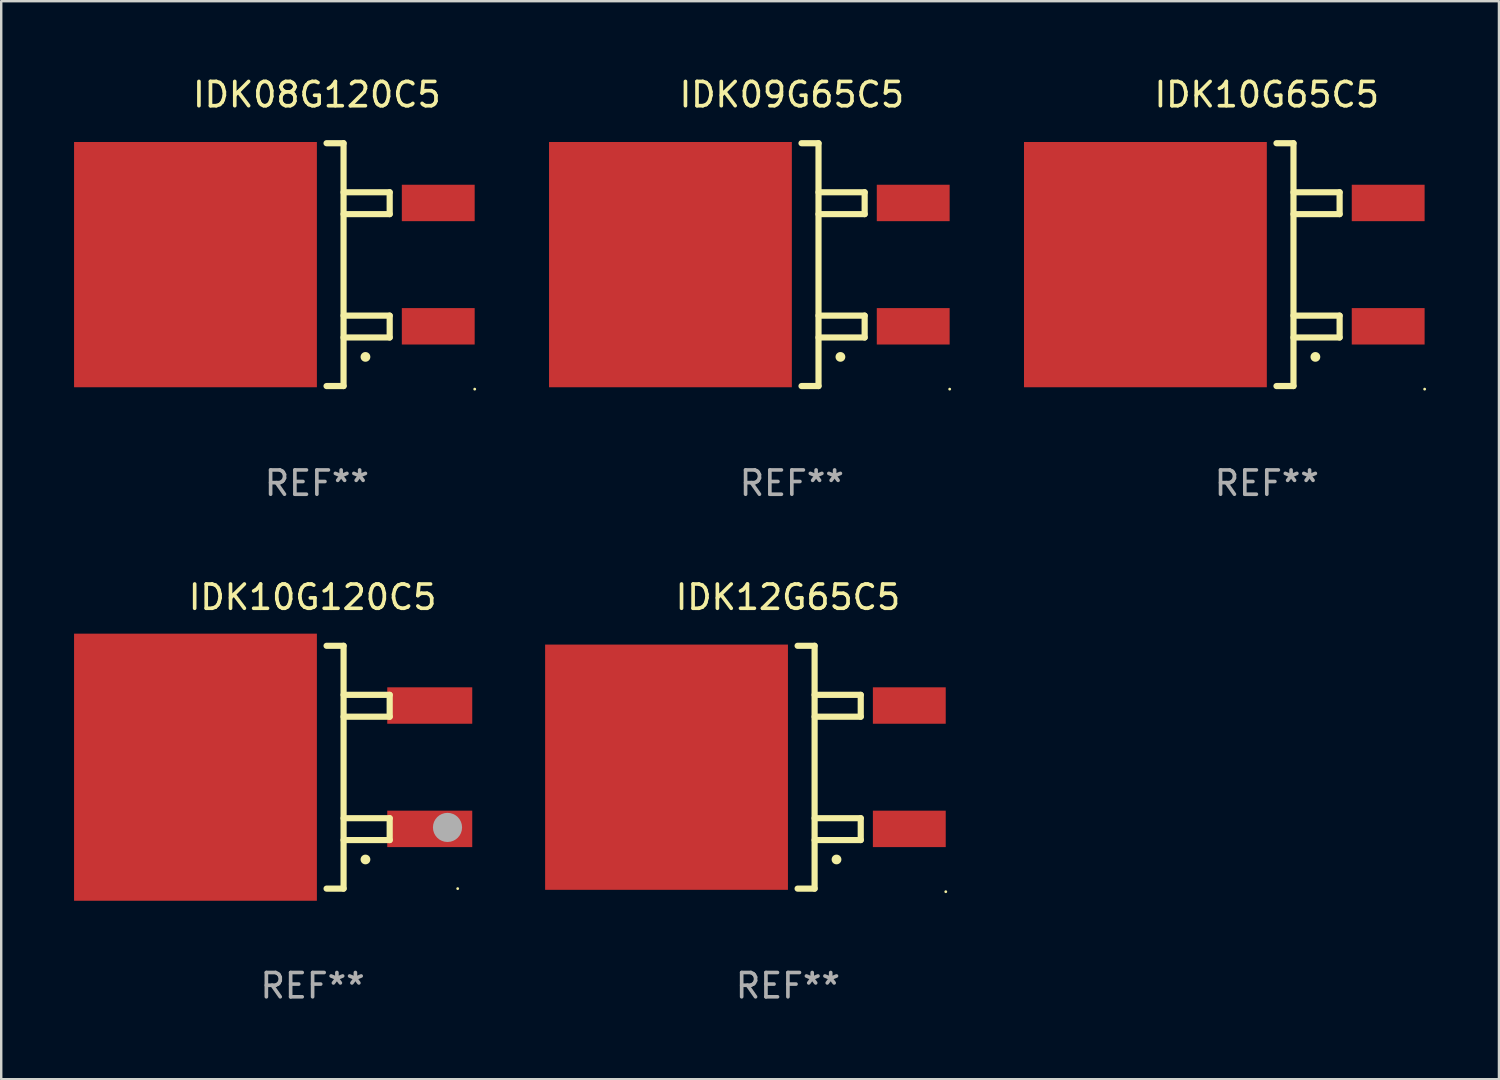
<source format=kicad_pcb>
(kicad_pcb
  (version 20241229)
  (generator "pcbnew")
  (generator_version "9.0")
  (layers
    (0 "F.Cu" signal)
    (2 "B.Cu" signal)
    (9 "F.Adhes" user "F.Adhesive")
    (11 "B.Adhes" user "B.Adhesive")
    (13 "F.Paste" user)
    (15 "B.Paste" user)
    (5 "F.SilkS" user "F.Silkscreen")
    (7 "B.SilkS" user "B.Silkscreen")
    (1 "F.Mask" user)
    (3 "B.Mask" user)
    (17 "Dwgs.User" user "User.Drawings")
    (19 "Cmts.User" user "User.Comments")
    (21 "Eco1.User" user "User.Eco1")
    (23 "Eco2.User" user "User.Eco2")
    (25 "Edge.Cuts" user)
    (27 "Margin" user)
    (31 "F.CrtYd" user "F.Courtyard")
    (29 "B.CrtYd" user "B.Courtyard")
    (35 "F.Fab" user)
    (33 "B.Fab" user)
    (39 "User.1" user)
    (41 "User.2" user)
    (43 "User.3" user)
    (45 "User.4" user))
  (footprint "IDK12G65C5"
    (layer "F.Cu")
    (at 29.398 28.545)
    (property "Reference" "IDK12G65C5" (at 0 -7 0) (layer "F.SilkS") (effects (font (size 1 1) (thickness 0.15))))
    (attr through_hole)
    (fp_line (start 0.399 -5) (end 1.099 -5) (stroke (width 0.254) (type solid)) (layer "F.SilkS"))
    (fp_line (start 1.099 -5) (end 1.099 5) (stroke (width 0.254) (type solid)) (layer "F.SilkS"))
    (fp_line (start 1.099 -2.08) (end 2.999 -2.08) (stroke (width 0.254) (type solid)) (layer "F.SilkS"))
    (fp_line (start 1.099 3) (end 2.999 3) (stroke (width 0.254) (type solid)) (layer "F.SilkS"))
    (fp_line (start 1.099 5) (end 0.399 5) (stroke (width 0.254) (type solid)) (layer "F.SilkS"))
    (fp_line (start 2.999 -2.98) (end 1.099 -2.98) (stroke (width 0.254) (type solid)) (layer "F.SilkS"))
    (fp_line (start 2.999 -2.08) (end 2.999 -2.98) (stroke (width 0.254) (type solid)) (layer "F.SilkS"))
    (fp_line (start 2.999 2.1) (end 1.099 2.1) (stroke (width 0.254) (type solid)) (layer "F.SilkS"))
    (fp_line (start 2.999 3) (end 2.999 2.1) (stroke (width 0.254) (type solid)) (layer "F.SilkS"))
    (fp_arc (start 1.999619 3.799848) (mid 2.000889 3.799844) (end 2.002159 3.799848) (stroke (width 0.4) (type solid)) (layer "F.SilkS"))
    (fp_circle (center 6.501 5.127) (end 6.531 5.127) (stroke (width 0.06) (type solid)) (fill no) (layer "F.SilkS"))
    (fp_text user "REF**" (at 0 9 0) (layer "F.Fab") (effects (font (size 1 1) (thickness 0.15))))
    (pad "1" smd rect (at 4.999 2.54 270) (size 1.5 3) (layers "F.Cu" "F.Mask" "F.Paste"))
    (pad "2" smd rect (at 4.999 -2.54 270) (size 1.5 3) (layers "F.Cu" "F.Mask" "F.Paste"))
    (pad "3" smd rect (at -4.999 0 270) (size 10.1 10) (layers "F.Cu" "F.Mask" "F.Paste")))
  (footprint "IDK10G65C5"
    (layer "F.Cu")
    (at 49.119 7.848)
    (property "Reference" "IDK10G65C5" (at 0 -7 0) (layer "F.SilkS") (effects (font (size 1 1) (thickness 0.15))))
    (attr through_hole)
    (fp_line (start 0.399 -5) (end 1.099 -5) (stroke (width 0.254) (type solid)) (layer "F.SilkS"))
    (fp_line (start 1.099 -5) (end 1.099 5) (stroke (width 0.254) (type solid)) (layer "F.SilkS"))
    (fp_line (start 1.099 -2.08) (end 2.999 -2.08) (stroke (width 0.254) (type solid)) (layer "F.SilkS"))
    (fp_line (start 1.099 3) (end 2.999 3) (stroke (width 0.254) (type solid)) (layer "F.SilkS"))
    (fp_line (start 1.099 5) (end 0.399 5) (stroke (width 0.254) (type solid)) (layer "F.SilkS"))
    (fp_line (start 2.999 -2.98) (end 1.099 -2.98) (stroke (width 0.254) (type solid)) (layer "F.SilkS"))
    (fp_line (start 2.999 -2.08) (end 2.999 -2.98) (stroke (width 0.254) (type solid)) (layer "F.SilkS"))
    (fp_line (start 2.999 2.1) (end 1.099 2.1) (stroke (width 0.254) (type solid)) (layer "F.SilkS"))
    (fp_line (start 2.999 3) (end 2.999 2.1) (stroke (width 0.254) (type solid)) (layer "F.SilkS"))
    (fp_arc (start 1.999619 3.799848) (mid 2.000889 3.799844) (end 2.002159 3.799848) (stroke (width 0.4) (type solid)) (layer "F.SilkS"))
    (fp_circle (center 6.501 5.127) (end 6.531 5.127) (stroke (width 0.06) (type solid)) (fill no) (layer "F.SilkS"))
    (fp_text user "REF**" (at 0 9 0) (layer "F.Fab") (effects (font (size 1 1) (thickness 0.15))))
    (pad "1" smd rect (at 4.999 2.54 270) (size 1.5 3) (layers "F.Cu" "F.Mask" "F.Paste"))
    (pad "2" smd rect (at 4.999 -2.54 270) (size 1.5 3) (layers "F.Cu" "F.Mask" "F.Paste"))
    (pad "3" smd rect (at -4.999 0 270) (size 10.1 10) (layers "F.Cu" "F.Mask" "F.Paste")))
  (footprint "IDK08G120C5"
    (layer "F.Cu")
    (at 9.999 7.848)
    (property "Reference" "IDK08G120C5" (at 0 -7 0) (layer "F.SilkS") (effects (font (size 1 1) (thickness 0.15))))
    (attr through_hole)
    (fp_line (start 0.399 -5) (end 1.099 -5) (stroke (width 0.254) (type solid)) (layer "F.SilkS"))
    (fp_line (start 1.099 -5) (end 1.099 5) (stroke (width 0.254) (type solid)) (layer "F.SilkS"))
    (fp_line (start 1.099 -2.08) (end 2.999 -2.08) (stroke (width 0.254) (type solid)) (layer "F.SilkS"))
    (fp_line (start 1.099 3) (end 2.999 3) (stroke (width 0.254) (type solid)) (layer "F.SilkS"))
    (fp_line (start 1.099 5) (end 0.399 5) (stroke (width 0.254) (type solid)) (layer "F.SilkS"))
    (fp_line (start 2.999 -2.98) (end 1.099 -2.98) (stroke (width 0.254) (type solid)) (layer "F.SilkS"))
    (fp_line (start 2.999 -2.08) (end 2.999 -2.98) (stroke (width 0.254) (type solid)) (layer "F.SilkS"))
    (fp_line (start 2.999 2.1) (end 1.099 2.1) (stroke (width 0.254) (type solid)) (layer "F.SilkS"))
    (fp_line (start 2.999 3) (end 2.999 2.1) (stroke (width 0.254) (type solid)) (layer "F.SilkS"))
    (fp_arc (start 1.999619 3.799848) (mid 2.000889 3.799844) (end 2.002159 3.799848) (stroke (width 0.4) (type solid)) (layer "F.SilkS"))
    (fp_circle (center 6.501 5.127) (end 6.531 5.127) (stroke (width 0.06) (type solid)) (fill no) (layer "F.SilkS"))
    (fp_text user "REF**" (at 0 9 0) (layer "F.Fab") (effects (font (size 1 1) (thickness 0.15))))
    (pad "1" smd rect (at 4.999 2.54 270) (size 1.5 3) (layers "F.Cu" "F.Mask" "F.Paste"))
    (pad "2" smd rect (at 4.999 -2.54 270) (size 1.5 3) (layers "F.Cu" "F.Mask" "F.Paste"))
    (pad "3" smd rect (at -4.999 0 270) (size 10.1 10) (layers "F.Cu" "F.Mask" "F.Paste")))
  (footprint "IDK10G120C5"
    (layer "F.Cu")
    (at 9.824 28.545)
    (property "Reference" "IDK10G120C5" (at 0 -7 0) (layer "F.SilkS") (effects (font (size 1 1) (thickness 0.15))))
    (attr through_hole)
    (fp_line (start 0.575 -5) (end 1.275 -5) (stroke (width 0.254) (type solid)) (layer "F.SilkS"))
    (fp_line (start 1.275 -5) (end 1.275 5) (stroke (width 0.254) (type solid)) (layer "F.SilkS"))
    (fp_line (start 1.275 -2.08) (end 3.174 -2.08) (stroke (width 0.254) (type solid)) (layer "F.SilkS"))
    (fp_line (start 1.275 3) (end 3.174 3) (stroke (width 0.254) (type solid)) (layer "F.SilkS"))
    (fp_line (start 1.275 5) (end 0.575 5) (stroke (width 0.254) (type solid)) (layer "F.SilkS"))
    (fp_line (start 3.174 -2.98) (end 1.275 -2.98) (stroke (width 0.254) (type solid)) (layer "F.SilkS"))
    (fp_line (start 3.174 -2.08) (end 3.174 -2.98) (stroke (width 0.254) (type solid)) (layer "F.SilkS"))
    (fp_line (start 3.174 2.1) (end 1.275 2.1) (stroke (width 0.254) (type solid)) (layer "F.SilkS"))
    (fp_line (start 3.174 3) (end 3.174 2.1) (stroke (width 0.254) (type solid)) (layer "F.SilkS"))
    (fp_arc (start 2.174727 3.799835) (mid 2.175997 3.799831) (end 2.177267 3.799835) (stroke (width 0.4) (type solid)) (layer "F.SilkS"))
    (fp_circle (center 5.975 5) (end 6.005 5) (stroke (width 0.06) (type solid)) (fill no) (layer "F.SilkS"))
    (fp_circle (center 5.555 2.48) (end 5.855 2.48) (stroke (width 0.6) (type solid)) (fill no) (layer "F.Fab"))
    (fp_text user "REF**" (at 0 9 0) (layer "F.Fab") (effects (font (size 1 1) (thickness 0.15))))
    (pad "1" smd rect (at 4.824 2.54 270) (size 1.5 3.5) (layers "F.Cu" "F.Mask" "F.Paste"))
    (pad "3" smd rect (at 4.824 -2.54 270) (size 1.5 3.5) (layers "F.Cu" "F.Mask" "F.Paste"))
    (pad "4" smd rect (at -4.824 0.000089 270) (size 11 10) (layers "F.Cu" "F.Mask" "F.Paste")))
  (footprint "IDK09G65C5"
    (layer "F.Cu")
    (at 29.559 7.848)
    (property "Reference" "IDK09G65C5" (at 0 -7 0) (layer "F.SilkS") (effects (font (size 1 1) (thickness 0.15))))
    (attr through_hole)
    (fp_line (start 0.399 -5) (end 1.099 -5) (stroke (width 0.254) (type solid)) (layer "F.SilkS"))
    (fp_line (start 1.099 -5) (end 1.099 5) (stroke (width 0.254) (type solid)) (layer "F.SilkS"))
    (fp_line (start 1.099 -2.08) (end 2.999 -2.08) (stroke (width 0.254) (type solid)) (layer "F.SilkS"))
    (fp_line (start 1.099 3) (end 2.999 3) (stroke (width 0.254) (type solid)) (layer "F.SilkS"))
    (fp_line (start 1.099 5) (end 0.399 5) (stroke (width 0.254) (type solid)) (layer "F.SilkS"))
    (fp_line (start 2.999 -2.98) (end 1.099 -2.98) (stroke (width 0.254) (type solid)) (layer "F.SilkS"))
    (fp_line (start 2.999 -2.08) (end 2.999 -2.98) (stroke (width 0.254) (type solid)) (layer "F.SilkS"))
    (fp_line (start 2.999 2.1) (end 1.099 2.1) (stroke (width 0.254) (type solid)) (layer "F.SilkS"))
    (fp_line (start 2.999 3) (end 2.999 2.1) (stroke (width 0.254) (type solid)) (layer "F.SilkS"))
    (fp_arc (start 1.999619 3.799848) (mid 2.000889 3.799844) (end 2.002159 3.799848) (stroke (width 0.4) (type solid)) (layer "F.SilkS"))
    (fp_circle (center 6.501 5.127) (end 6.531 5.127) (stroke (width 0.06) (type solid)) (fill no) (layer "F.SilkS"))
    (fp_text user "REF**" (at 0 9 0) (layer "F.Fab") (effects (font (size 1 1) (thickness 0.15))))
    (pad "1" smd rect (at 4.999 2.54 270) (size 1.5 3) (layers "F.Cu" "F.Mask" "F.Paste"))
    (pad "2" smd rect (at 4.999 -2.54 270) (size 1.5 3) (layers "F.Cu" "F.Mask" "F.Paste"))
    (pad "3" smd rect (at -4.999 0 270) (size 10.1 10) (layers "F.Cu" "F.Mask" "F.Paste")))
  (gr_rect
    (start -3 -3)
    (end 58.68 41.393)
    (stroke (width 0.1) (type default))
    (fill no)
    (layer "Edge.Cuts")))
</source>
